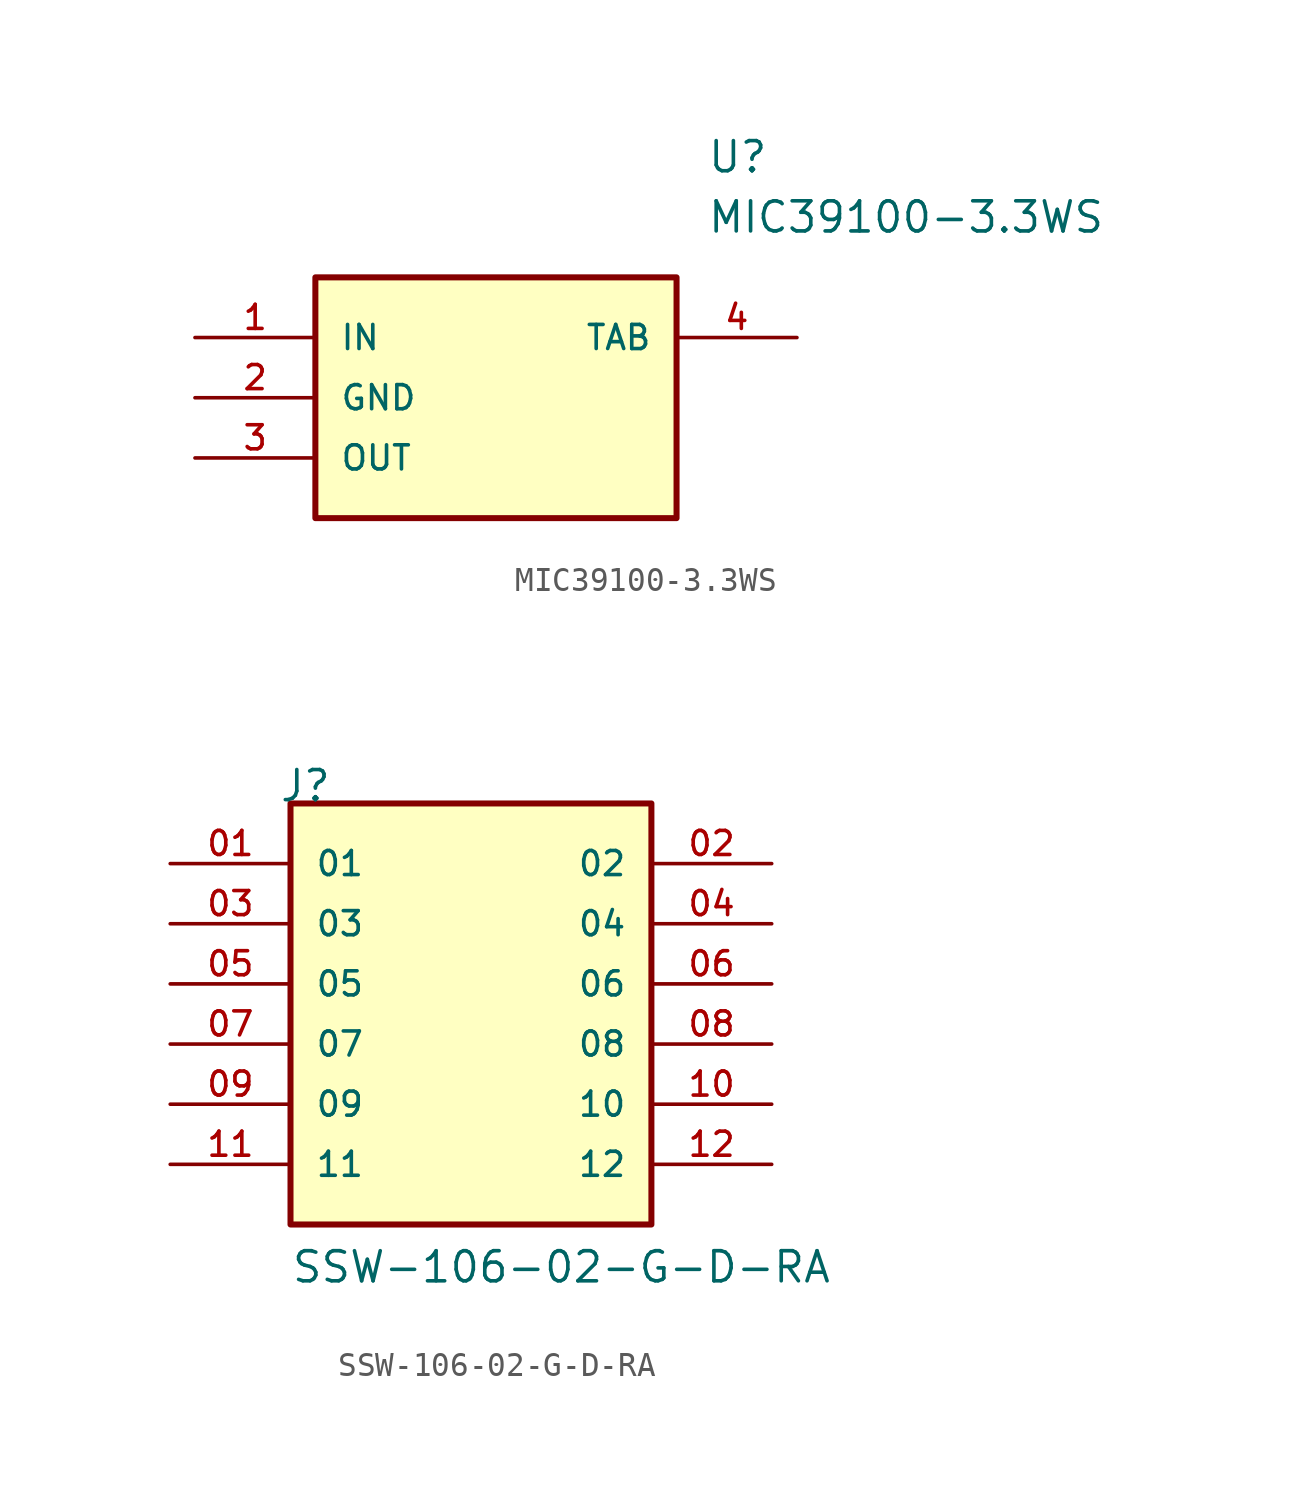
<source format=kicad_sym>
(kicad_symbol_lib
  (version 20231120)
  (generator "kicad_symbol_editor")
  (generator_version "8.0")
  (symbol "MIC39100-3.3WS"
    (pin_names
      (offset 1.016))
    (property "Reference" "U"
      (at 21.59 7.62 0)
      (effects (font (size 1.27 1.27)) (justify left)))
    (property "Value" "MIC39100-3.3WS"
      (at 21.59 5.08 0)
      (effects (font (size 1.27 1.27)) (justify left)))
    (symbol "MIC39100-3.3WS_0_0"
      (rectangle (start 5.08 -7.62) (end 20.32 2.54) (stroke (width 0.254) (type default)) (fill (type background)))
      (pin bidirectional line (at 0 0 0) (length 5.08) (name "IN" (effects (font (size 1.016 1.016)))) (number "1" (effects (font (size 1.016 1.016)))))
      (pin bidirectional line (at 0 -2.54 0) (length 5.08) (name "GND" (effects (font (size 1.016 1.016)))) (number "2" (effects (font (size 1.016 1.016)))))
      (pin bidirectional line (at 0 -5.08 0) (length 5.08) (name "OUT" (effects (font (size 1.016 1.016)))) (number "3" (effects (font (size 1.016 1.016)))))
      (pin bidirectional line (at 25.4 0 180) (length 5.08) (name "TAB" (effects (font (size 1.016 1.016)))) (number "4" (effects (font (size 1.016 1.016)))))))
  (symbol "SSW-106-02-G-D-RA"
    (pin_names
      (offset 1.016))
    (property "Reference" "J"
      (at -8.12 10.16 0)
      (effects (font (size 1.27 1.27)) (justify left bottom)))
    (property "Value" "SSW-106-02-G-D-RA"
      (at -7.62 -10.16 0)
      (effects (font (size 1.27 1.27)) (justify left bottom)))
    (symbol "SSW-106-02-G-D-RA_0_0"
      (pin passive line (at -12.7 7.62 0) (length 5.08) (name "01" (effects (font (size 1.016 1.016)))) (number "01" (effects (font (size 1.016 1.016)))))
      (pin passive line (at 12.7 7.62 180) (length 5.08) (name "02" (effects (font (size 1.016 1.016)))) (number "02" (effects (font (size 1.016 1.016)))))
      (pin passive line (at -12.7 5.08 0) (length 5.08) (name "03" (effects (font (size 1.016 1.016)))) (number "03" (effects (font (size 1.016 1.016)))))
      (pin passive line (at 12.7 5.08 180) (length 5.08) (name "04" (effects (font (size 1.016 1.016)))) (number "04" (effects (font (size 1.016 1.016)))))
      (pin passive line (at -12.7 2.54 0) (length 5.08) (name "05" (effects (font (size 1.016 1.016)))) (number "05" (effects (font (size 1.016 1.016)))))
      (pin passive line (at 12.7 2.54 180) (length 5.08) (name "06" (effects (font (size 1.016 1.016)))) (number "06" (effects (font (size 1.016 1.016)))))
      (pin passive line (at -12.7 0 0) (length 5.08) (name "07" (effects (font (size 1.016 1.016)))) (number "07" (effects (font (size 1.016 1.016)))))
      (pin passive line (at 12.7 0 180) (length 5.08) (name "08" (effects (font (size 1.016 1.016)))) (number "08" (effects (font (size 1.016 1.016)))))
      (pin passive line (at -12.7 -2.54 0) (length 5.08) (name "09" (effects (font (size 1.016 1.016)))) (number "09" (effects (font (size 1.016 1.016)))))
      (pin passive line (at 12.7 -2.54 180) (length 5.08) (name "10" (effects (font (size 1.016 1.016)))) (number "10" (effects (font (size 1.016 1.016)))))
      (pin passive line (at -12.7 -5.08 0) (length 5.08) (name "11" (effects (font (size 1.016 1.016)))) (number "11" (effects (font (size 1.016 1.016)))))
      (pin passive line (at 12.7 -5.08 180) (length 5.08) (name "12" (effects (font (size 1.016 1.016)))) (number "12" (effects (font (size 1.016 1.016))))))
    (symbol "SSW-106-02-G-D-RA_1_0"
      (rectangle (start -7.62 10.16) (end 7.62 -7.62) (stroke (width 0.254) (type default)) (fill (type background))))))
</source>
